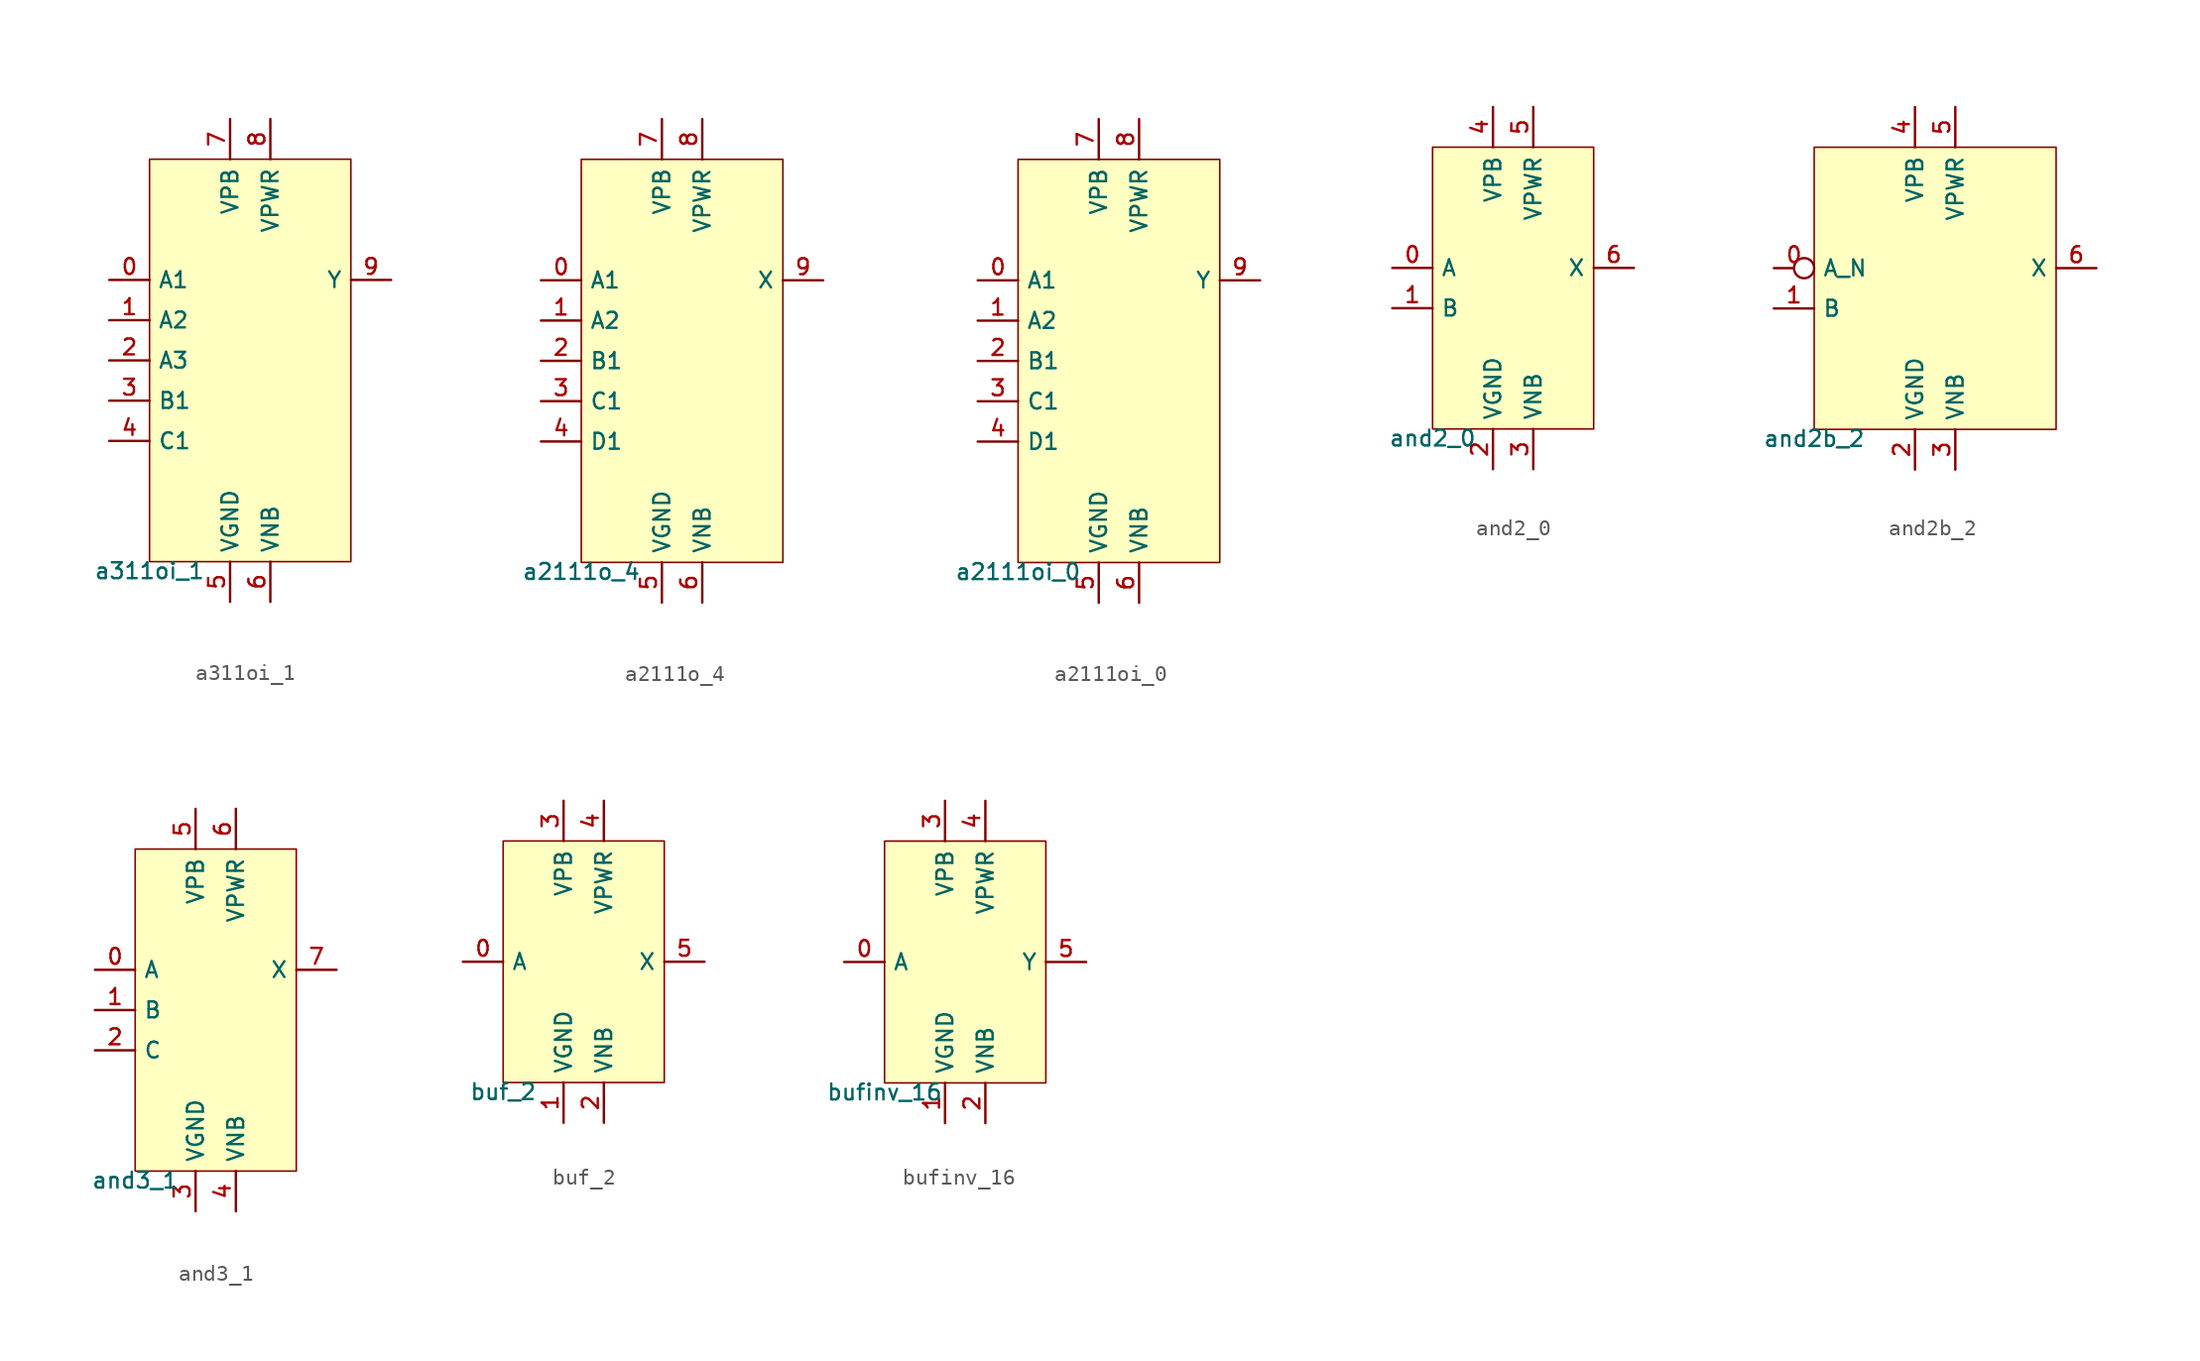
<source format=kicad_sym>
(kicad_symbol_lib
  (version 20211014)
  (generator pdk2kicad)
  (symbol "a311oi_1"
    (property "Reference" "X"
      (at 0 0 0)
      (effects (font (size 1 1)) hide))
    (property "Value" "a311oi_1"
      (at -6.35 -12.7 0)
      (effects (font (size 1 1)) (justify top)))
    (rectangle
      (start -6.35 -12.7)
      (end 6.35 12.7)
      (stroke (width 0.1) (type solid) (color 0 0 0 0))
      (fill (type background)))
    (pin input line
      (at -8.89 5.08 0)
      (length 2.54)
      (name "A1" (effects (font (size 1 1)) hide))
      (number "0" (effects (font (size 1 1)) hide)))
    (pin input line
      (at -8.89 2.54 0)
      (length 2.54)
      (name "A2" (effects (font (size 1 1)) hide))
      (number "1" (effects (font (size 1 1)) hide)))
    (pin input line
      (at -8.89 -8.881784197001252e-16 0)
      (length 2.54)
      (name "A3" (effects (font (size 1 1)) hide))
      (number "2" (effects (font (size 1 1)) hide)))
    (pin input line
      (at -8.89 -2.54 0)
      (length 2.54)
      (name "B1" (effects (font (size 1 1)) hide))
      (number "3" (effects (font (size 1 1)) hide)))
    (pin input line
      (at -8.89 -5.08 0)
      (length 2.54)
      (name "C1" (effects (font (size 1 1)) hide))
      (number "4" (effects (font (size 1 1)) hide)))
    (pin power_in line
      (at -1.27 -15.24 90)
      (length 2.54)
      (name "VGND" (effects (font (size 1 1)) hide))
      (number "5" (effects (font (size 1 1)) hide)))
    (pin power_in line
      (at 1.27 -15.24 90)
      (length 2.54)
      (name "VNB" (effects (font (size 1 1)) hide))
      (number "6" (effects (font (size 1 1)) hide)))
    (pin power_in line
      (at -1.27 15.24 270)
      (length 2.54)
      (name "VPB" (effects (font (size 1 1)) hide))
      (number "7" (effects (font (size 1 1)) hide)))
    (pin power_in line
      (at 1.27 15.24 270)
      (length 2.54)
      (name "VPWR" (effects (font (size 1 1)) hide))
      (number "8" (effects (font (size 1 1)) hide)))
    (pin output line
      (at 8.89 5.08 180)
      (length 2.54)
      (name "Y" (effects (font (size 1 1)) hide))
      (number "9" (effects (font (size 1 1)) hide))))
  (symbol "a2111o_4"
    (property "Reference" "X"
      (at 0 0 0)
      (effects (font (size 1 1)) hide))
    (property "Value" "a2111o_4"
      (at -6.35 -12.7 0)
      (effects (font (size 1 1)) (justify top)))
    (rectangle
      (start -6.35 -12.7)
      (end 6.35 12.7)
      (stroke (width 0.1) (type solid) (color 0 0 0 0))
      (fill (type background)))
    (pin input line
      (at -8.89 5.08 0)
      (length 2.54)
      (name "A1" (effects (font (size 1 1)) hide))
      (number "0" (effects (font (size 1 1)) hide)))
    (pin input line
      (at -8.89 2.54 0)
      (length 2.54)
      (name "A2" (effects (font (size 1 1)) hide))
      (number "1" (effects (font (size 1 1)) hide)))
    (pin input line
      (at -8.89 -8.881784197001252e-16 0)
      (length 2.54)
      (name "B1" (effects (font (size 1 1)) hide))
      (number "2" (effects (font (size 1 1)) hide)))
    (pin input line
      (at -8.89 -2.54 0)
      (length 2.54)
      (name "C1" (effects (font (size 1 1)) hide))
      (number "3" (effects (font (size 1 1)) hide)))
    (pin input line
      (at -8.89 -5.08 0)
      (length 2.54)
      (name "D1" (effects (font (size 1 1)) hide))
      (number "4" (effects (font (size 1 1)) hide)))
    (pin power_in line
      (at -1.27 -15.24 90)
      (length 2.54)
      (name "VGND" (effects (font (size 1 1)) hide))
      (number "5" (effects (font (size 1 1)) hide)))
    (pin power_in line
      (at 1.27 -15.24 90)
      (length 2.54)
      (name "VNB" (effects (font (size 1 1)) hide))
      (number "6" (effects (font (size 1 1)) hide)))
    (pin power_in line
      (at -1.27 15.24 270)
      (length 2.54)
      (name "VPB" (effects (font (size 1 1)) hide))
      (number "7" (effects (font (size 1 1)) hide)))
    (pin power_in line
      (at 1.27 15.24 270)
      (length 2.54)
      (name "VPWR" (effects (font (size 1 1)) hide))
      (number "8" (effects (font (size 1 1)) hide)))
    (pin output line
      (at 8.89 5.08 180)
      (length 2.54)
      (name "X" (effects (font (size 1 1)) hide))
      (number "9" (effects (font (size 1 1)) hide))))
  (symbol "a2111oi_0"
    (property "Reference" "X"
      (at 0 0 0)
      (effects (font (size 1 1)) hide))
    (property "Value" "a2111oi_0"
      (at -6.35 -12.7 0)
      (effects (font (size 1 1)) (justify top)))
    (rectangle
      (start -6.35 -12.7)
      (end 6.35 12.7)
      (stroke (width 0.1) (type solid) (color 0 0 0 0))
      (fill (type background)))
    (pin input line
      (at -8.89 5.08 0)
      (length 2.54)
      (name "A1" (effects (font (size 1 1)) hide))
      (number "0" (effects (font (size 1 1)) hide)))
    (pin input line
      (at -8.89 2.54 0)
      (length 2.54)
      (name "A2" (effects (font (size 1 1)) hide))
      (number "1" (effects (font (size 1 1)) hide)))
    (pin input line
      (at -8.89 -8.881784197001252e-16 0)
      (length 2.54)
      (name "B1" (effects (font (size 1 1)) hide))
      (number "2" (effects (font (size 1 1)) hide)))
    (pin input line
      (at -8.89 -2.54 0)
      (length 2.54)
      (name "C1" (effects (font (size 1 1)) hide))
      (number "3" (effects (font (size 1 1)) hide)))
    (pin input line
      (at -8.89 -5.08 0)
      (length 2.54)
      (name "D1" (effects (font (size 1 1)) hide))
      (number "4" (effects (font (size 1 1)) hide)))
    (pin power_in line
      (at -1.27 -15.24 90)
      (length 2.54)
      (name "VGND" (effects (font (size 1 1)) hide))
      (number "5" (effects (font (size 1 1)) hide)))
    (pin power_in line
      (at 1.27 -15.24 90)
      (length 2.54)
      (name "VNB" (effects (font (size 1 1)) hide))
      (number "6" (effects (font (size 1 1)) hide)))
    (pin power_in line
      (at -1.27 15.24 270)
      (length 2.54)
      (name "VPB" (effects (font (size 1 1)) hide))
      (number "7" (effects (font (size 1 1)) hide)))
    (pin power_in line
      (at 1.27 15.24 270)
      (length 2.54)
      (name "VPWR" (effects (font (size 1 1)) hide))
      (number "8" (effects (font (size 1 1)) hide)))
    (pin output line
      (at 8.89 5.08 180)
      (length 2.54)
      (name "Y" (effects (font (size 1 1)) hide))
      (number "9" (effects (font (size 1 1)) hide))))
  (symbol "and2_0"
    (property "Reference" "X"
      (at 0 0 0)
      (effects (font (size 1 1)) hide))
    (property "Value" "and2_0"
      (at -5.08 -8.89 0)
      (effects (font (size 1 1)) (justify top)))
    (rectangle
      (start -5.08 -8.89)
      (end 5.08 8.89)
      (stroke (width 0.1) (type solid) (color 0 0 0 0))
      (fill (type background)))
    (pin input line
      (at -7.62 1.27 0)
      (length 2.54)
      (name "A" (effects (font (size 1 1)) hide))
      (number "0" (effects (font (size 1 1)) hide)))
    (pin input line
      (at -7.62 -1.27 0)
      (length 2.54)
      (name "B" (effects (font (size 1 1)) hide))
      (number "1" (effects (font (size 1 1)) hide)))
    (pin power_in line
      (at -1.27 -11.43 90)
      (length 2.54)
      (name "VGND" (effects (font (size 1 1)) hide))
      (number "2" (effects (font (size 1 1)) hide)))
    (pin power_in line
      (at 1.27 -11.43 90)
      (length 2.54)
      (name "VNB" (effects (font (size 1 1)) hide))
      (number "3" (effects (font (size 1 1)) hide)))
    (pin power_in line
      (at -1.27 11.43 270)
      (length 2.54)
      (name "VPB" (effects (font (size 1 1)) hide))
      (number "4" (effects (font (size 1 1)) hide)))
    (pin power_in line
      (at 1.27 11.43 270)
      (length 2.54)
      (name "VPWR" (effects (font (size 1 1)) hide))
      (number "5" (effects (font (size 1 1)) hide)))
    (pin output line
      (at 7.62 1.27 180)
      (length 2.54)
      (name "X" (effects (font (size 1 1)) hide))
      (number "6" (effects (font (size 1 1)) hide))))
  (symbol "and2b_2"
    (property "Reference" "X"
      (at 0 0 0)
      (effects (font (size 1 1)) hide))
    (property "Value" "and2b_2"
      (at -7.62 -8.89 0)
      (effects (font (size 1 1)) (justify top)))
    (rectangle
      (start -7.62 -8.89)
      (end 7.62 8.89)
      (stroke (width 0.1) (type solid) (color 0 0 0 0))
      (fill (type background)))
    (pin input inverted
      (at -10.16 1.27 0)
      (length 2.54)
      (name "A_N" (effects (font (size 1 1)) hide))
      (number "0" (effects (font (size 1 1)) hide)))
    (pin input line
      (at -10.16 -1.27 0)
      (length 2.54)
      (name "B" (effects (font (size 1 1)) hide))
      (number "1" (effects (font (size 1 1)) hide)))
    (pin power_in line
      (at -1.27 -11.43 90)
      (length 2.54)
      (name "VGND" (effects (font (size 1 1)) hide))
      (number "2" (effects (font (size 1 1)) hide)))
    (pin power_in line
      (at 1.27 -11.43 90)
      (length 2.54)
      (name "VNB" (effects (font (size 1 1)) hide))
      (number "3" (effects (font (size 1 1)) hide)))
    (pin power_in line
      (at -1.27 11.43 270)
      (length 2.54)
      (name "VPB" (effects (font (size 1 1)) hide))
      (number "4" (effects (font (size 1 1)) hide)))
    (pin power_in line
      (at 1.27 11.43 270)
      (length 2.54)
      (name "VPWR" (effects (font (size 1 1)) hide))
      (number "5" (effects (font (size 1 1)) hide)))
    (pin output line
      (at 10.16 1.27 180)
      (length 2.54)
      (name "X" (effects (font (size 1 1)) hide))
      (number "6" (effects (font (size 1 1)) hide))))
  (symbol "and3_1"
    (property "Reference" "X"
      (at 0 0 0)
      (effects (font (size 1 1)) hide))
    (property "Value" "and3_1"
      (at -5.08 -10.16 0)
      (effects (font (size 1 1)) (justify top)))
    (rectangle
      (start -5.08 -10.16)
      (end 5.08 10.16)
      (stroke (width 0.1) (type solid) (color 0 0 0 0))
      (fill (type background)))
    (pin input line
      (at -7.62 2.54 0)
      (length 2.54)
      (name "A" (effects (font (size 1 1)) hide))
      (number "0" (effects (font (size 1 1)) hide)))
    (pin input line
      (at -7.62 0.0 0)
      (length 2.54)
      (name "B" (effects (font (size 1 1)) hide))
      (number "1" (effects (font (size 1 1)) hide)))
    (pin input line
      (at -7.62 -2.54 0)
      (length 2.54)
      (name "C" (effects (font (size 1 1)) hide))
      (number "2" (effects (font (size 1 1)) hide)))
    (pin power_in line
      (at -1.27 -12.7 90)
      (length 2.54)
      (name "VGND" (effects (font (size 1 1)) hide))
      (number "3" (effects (font (size 1 1)) hide)))
    (pin power_in line
      (at 1.27 -12.7 90)
      (length 2.54)
      (name "VNB" (effects (font (size 1 1)) hide))
      (number "4" (effects (font (size 1 1)) hide)))
    (pin power_in line
      (at -1.27 12.7 270)
      (length 2.54)
      (name "VPB" (effects (font (size 1 1)) hide))
      (number "5" (effects (font (size 1 1)) hide)))
    (pin power_in line
      (at 1.27 12.7 270)
      (length 2.54)
      (name "VPWR" (effects (font (size 1 1)) hide))
      (number "6" (effects (font (size 1 1)) hide)))
    (pin output line
      (at 7.62 2.54 180)
      (length 2.54)
      (name "X" (effects (font (size 1 1)) hide))
      (number "7" (effects (font (size 1 1)) hide))))
  (symbol "buf_2"
    (property "Reference" "X"
      (at 0 0 0)
      (effects (font (size 1 1)) hide))
    (property "Value" "buf_2"
      (at -5.08 -7.62 0)
      (effects (font (size 1 1)) (justify top)))
    (rectangle
      (start -5.08 -7.62)
      (end 5.08 7.62)
      (stroke (width 0.1) (type solid) (color 0 0 0 0))
      (fill (type background)))
    (pin input line
      (at -7.62 0.0 0)
      (length 2.54)
      (name "A" (effects (font (size 1 1)) hide))
      (number "0" (effects (font (size 1 1)) hide)))
    (pin power_in line
      (at -1.27 -10.16 90)
      (length 2.54)
      (name "VGND" (effects (font (size 1 1)) hide))
      (number "1" (effects (font (size 1 1)) hide)))
    (pin power_in line
      (at 1.27 -10.16 90)
      (length 2.54)
      (name "VNB" (effects (font (size 1 1)) hide))
      (number "2" (effects (font (size 1 1)) hide)))
    (pin power_in line
      (at -1.27 10.16 270)
      (length 2.54)
      (name "VPB" (effects (font (size 1 1)) hide))
      (number "3" (effects (font (size 1 1)) hide)))
    (pin power_in line
      (at 1.27 10.16 270)
      (length 2.54)
      (name "VPWR" (effects (font (size 1 1)) hide))
      (number "4" (effects (font (size 1 1)) hide)))
    (pin output line
      (at 7.62 0.0 180)
      (length 2.54)
      (name "X" (effects (font (size 1 1)) hide))
      (number "5" (effects (font (size 1 1)) hide))))
  (symbol "bufinv_16"
    (property "Reference" "X"
      (at 0 0 0)
      (effects (font (size 1 1)) hide))
    (property "Value" "bufinv_16"
      (at -5.08 -7.62 0)
      (effects (font (size 1 1)) (justify top)))
    (rectangle
      (start -5.08 -7.62)
      (end 5.08 7.62)
      (stroke (width 0.1) (type solid) (color 0 0 0 0))
      (fill (type background)))
    (pin input line
      (at -7.62 0.0 0)
      (length 2.54)
      (name "A" (effects (font (size 1 1)) hide))
      (number "0" (effects (font (size 1 1)) hide)))
    (pin power_in line
      (at -1.27 -10.16 90)
      (length 2.54)
      (name "VGND" (effects (font (size 1 1)) hide))
      (number "1" (effects (font (size 1 1)) hide)))
    (pin power_in line
      (at 1.27 -10.16 90)
      (length 2.54)
      (name "VNB" (effects (font (size 1 1)) hide))
      (number "2" (effects (font (size 1 1)) hide)))
    (pin power_in line
      (at -1.27 10.16 270)
      (length 2.54)
      (name "VPB" (effects (font (size 1 1)) hide))
      (number "3" (effects (font (size 1 1)) hide)))
    (pin power_in line
      (at 1.27 10.16 270)
      (length 2.54)
      (name "VPWR" (effects (font (size 1 1)) hide))
      (number "4" (effects (font (size 1 1)) hide)))
    (pin output line
      (at 7.62 0.0 180)
      (length 2.54)
      (name "Y" (effects (font (size 1 1)) hide))
      (number "5" (effects (font (size 1 1)) hide)))))
</source>
